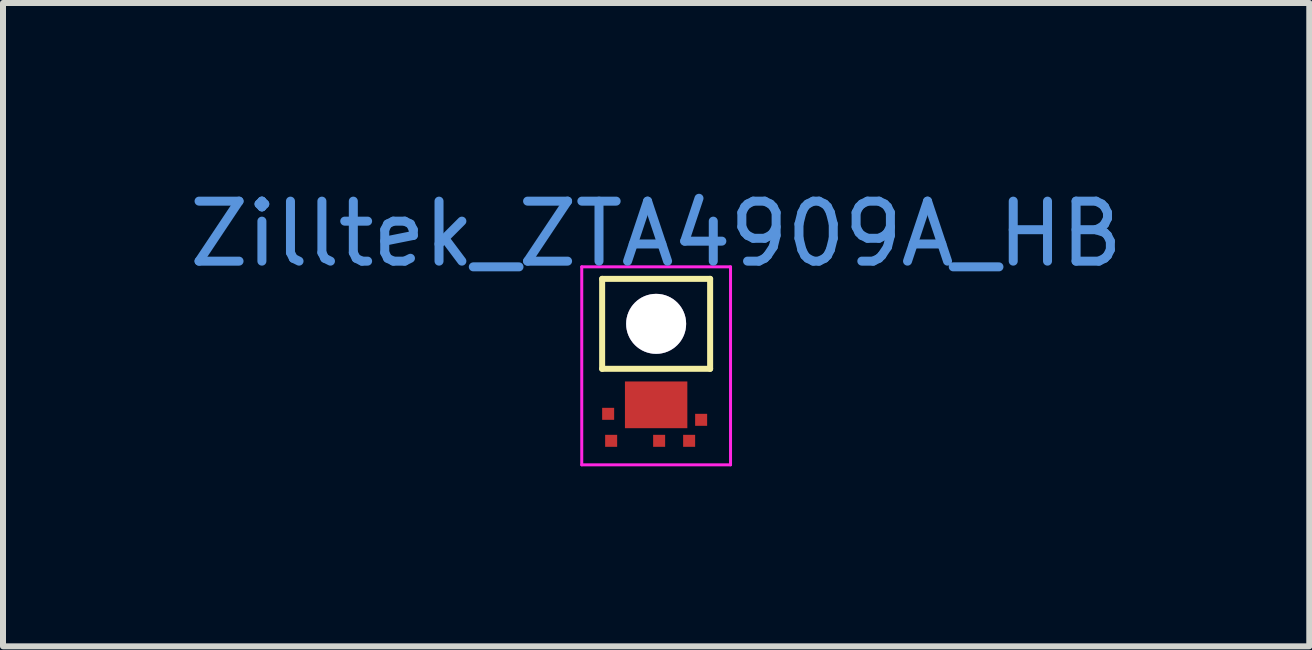
<source format=kicad_pcb>
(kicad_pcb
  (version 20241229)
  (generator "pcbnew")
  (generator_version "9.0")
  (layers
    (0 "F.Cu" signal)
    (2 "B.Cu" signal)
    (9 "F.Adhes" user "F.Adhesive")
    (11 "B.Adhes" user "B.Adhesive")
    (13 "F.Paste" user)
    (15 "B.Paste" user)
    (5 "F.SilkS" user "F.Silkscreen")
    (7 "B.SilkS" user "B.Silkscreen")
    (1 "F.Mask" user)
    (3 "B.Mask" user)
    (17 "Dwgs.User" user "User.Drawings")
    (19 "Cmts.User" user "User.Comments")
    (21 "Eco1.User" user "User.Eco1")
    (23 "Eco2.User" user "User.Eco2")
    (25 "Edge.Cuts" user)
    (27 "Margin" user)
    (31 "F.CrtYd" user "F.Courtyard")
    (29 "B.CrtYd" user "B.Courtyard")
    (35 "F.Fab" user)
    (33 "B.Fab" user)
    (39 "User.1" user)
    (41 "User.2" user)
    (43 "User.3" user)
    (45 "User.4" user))
  (footprint "Zilltek_ZTA4909A_HB"
    (layer "F.Cu")
    (at 7.887 2.348)
    (property "Reference" "Zilltek_ZTA4909A_HB" (at 0 -1.5 0) (layer "Cmts.User") (effects (font (size 1 1) (thickness 0.15))))
    (attr through_hole)
    (fp_line (start -0.9 -0.75) (end -0.9 0.75) (stroke (width 0.1) (type solid)) (layer "F.SilkS"))
    (fp_line (start -0.9 -0.75) (end 0.9 -0.75) (stroke (width 0.1) (type solid)) (layer "F.SilkS"))
    (fp_line (start -0.9 0.75) (end 0.9 0.75) (stroke (width 0.1) (type solid)) (layer "F.SilkS"))
    (fp_line (start 0.9 -0.75) (end 0.9 0.75) (stroke (width 0.1) (type solid)) (layer "F.SilkS"))
    (fp_line (start -1.24 -0.95) (end -1.24 2.35) (stroke (width 0.05) (type default)) (layer "F.CrtYd"))
    (fp_line (start -1.24 -0.95) (end 1.24 -0.95) (stroke (width 0.05) (type default)) (layer "F.CrtYd"))
    (fp_line (start -1.24 2.35) (end 1.24 2.35) (stroke (width 0.05) (type default)) (layer "F.CrtYd"))
    (fp_line (start 1.24 -0.95) (end 1.24 2.35) (stroke (width 0.05) (type default)) (layer "F.CrtYd"))
    (pad "" thru_hole circle (at 0 0) (size 1 1) (drill 1) (layers "*.Cu" "*.Mask"))
    (pad "" smd rect (at 0 1.35) (size 1.04 0.779) (layers "F.Cu"))
    (pad "1" smd rect (at -0.8 1.5) (size 0.2 0.2) (layers "F.Cu" "F.Mask" "F.Paste"))
    (pad "3" smd rect (at -0.75 1.95) (size 0.2 0.2) (layers "F.Cu" "F.Mask" "F.Paste"))
    (pad "4" smd rect (at 0.05 1.95) (size 0.2 0.2) (layers "F.Cu" "F.Mask" "F.Paste"))
    (pad "5" smd rect (at 0.55 1.95) (size 0.2 0.2) (layers "F.Cu" "F.Mask" "F.Paste"))
    (pad "6" smd rect (at 0.75 1.6) (size 0.2 0.2) (layers "F.Cu" "F.Mask" "F.Paste")))
  (gr_rect
    (start -3 -3)
    (end 18.774 7.723)
    (stroke (width 0.1) (type default))
    (fill no)
    (layer "Edge.Cuts")))
</source>
